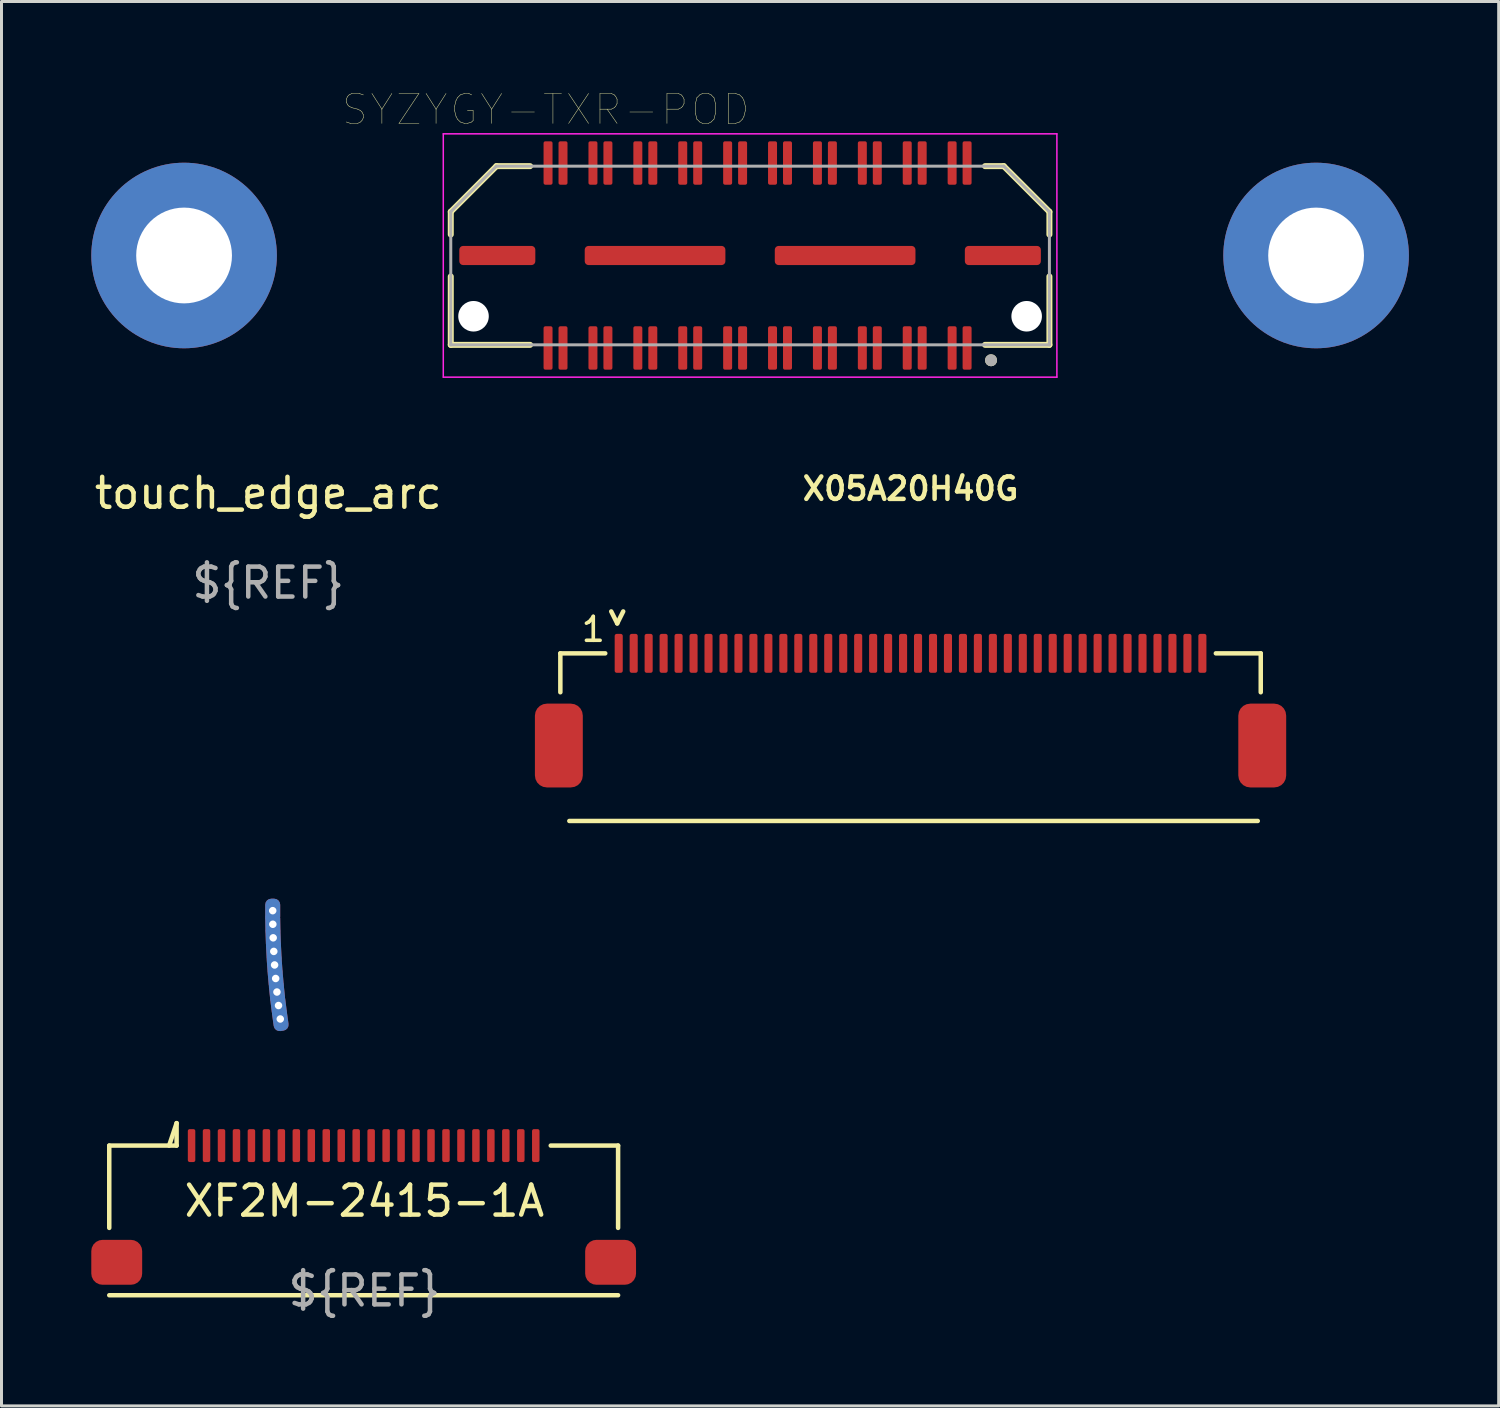
<source format=kicad_pcb>
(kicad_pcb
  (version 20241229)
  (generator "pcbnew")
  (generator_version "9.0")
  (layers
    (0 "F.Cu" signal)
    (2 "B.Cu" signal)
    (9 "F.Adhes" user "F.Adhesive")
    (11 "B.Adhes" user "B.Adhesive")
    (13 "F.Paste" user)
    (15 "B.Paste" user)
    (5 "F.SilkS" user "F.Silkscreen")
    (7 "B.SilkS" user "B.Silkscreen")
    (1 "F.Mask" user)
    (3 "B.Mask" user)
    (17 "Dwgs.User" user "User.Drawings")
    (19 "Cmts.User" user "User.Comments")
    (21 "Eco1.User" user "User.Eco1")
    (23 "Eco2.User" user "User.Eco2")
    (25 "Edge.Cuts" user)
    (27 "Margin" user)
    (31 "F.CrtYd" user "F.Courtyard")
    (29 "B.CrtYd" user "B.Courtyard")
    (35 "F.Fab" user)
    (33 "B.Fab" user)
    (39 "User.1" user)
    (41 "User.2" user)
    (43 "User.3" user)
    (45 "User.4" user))
  (footprint "XF2M-2415-1A"
    (layer "F.Cu")
    (at 9.125 37.573)
    (property "Reference" "XF2M-2415-1A" (at 0 -0.5 0) (unlocked yes) (layer "F.SilkS") (effects (font (size 1 1) (thickness 0.15))))
    (fp_line (start -8.525 -2.35) (end -6.275 -2.35) (stroke (width 0.15) (type solid)) (layer "F.SilkS"))
    (fp_line (start -8.525 0.4) (end -8.525 -2.35) (stroke (width 0.15) (type solid)) (layer "F.SilkS"))
    (fp_line (start -8.525 2.65) (end 8.475 2.65) (stroke (width 0.15) (type solid)) (layer "F.SilkS"))
    (fp_line (start -6.275 -3.1) (end -6.525 -2.35) (stroke (width 0.15) (type solid)) (layer "F.SilkS"))
    (fp_line (start -6.275 -2.35) (end -6.275 -3.1) (stroke (width 0.15) (type solid)) (layer "F.SilkS"))
    (fp_line (start 6.225 -2.35) (end 8.475 -2.35) (stroke (width 0.15) (type solid)) (layer "F.SilkS"))
    (fp_line (start 8.475 -2.35) (end 8.475 0.4) (stroke (width 0.15) (type solid)) (layer "F.SilkS"))
    (fp_text user "${REF}" (at 0 2.5 0) (unlocked yes) (layer "F.Fab") (effects (font (size 1 1) (thickness 0.15))))
    (pad "1" smd roundrect (at -5.775 -2.35) (size 0.25 1.1) (layers "F.Cu" "F.Mask" "F.Paste") (roundrect_rratio 0.25))
    (pad "2" smd roundrect (at -5.275 -2.35) (size 0.25 1.1) (layers "F.Cu" "F.Mask" "F.Paste") (roundrect_rratio 0.25))
    (pad "3" smd roundrect (at -4.775 -2.35) (size 0.25 1.1) (layers "F.Cu" "F.Mask" "F.Paste") (roundrect_rratio 0.25))
    (pad "4" smd roundrect (at -4.275 -2.35) (size 0.25 1.1) (layers "F.Cu" "F.Mask" "F.Paste") (roundrect_rratio 0.25))
    (pad "5" smd roundrect (at -3.775 -2.35) (size 0.25 1.1) (layers "F.Cu" "F.Mask" "F.Paste") (roundrect_rratio 0.25))
    (pad "6" smd roundrect (at -3.275 -2.35) (size 0.25 1.1) (layers "F.Cu" "F.Mask" "F.Paste") (roundrect_rratio 0.25))
    (pad "7" smd roundrect (at -2.775 -2.35) (size 0.25 1.1) (layers "F.Cu" "F.Mask" "F.Paste") (roundrect_rratio 0.25))
    (pad "8" smd roundrect (at -2.275 -2.35) (size 0.25 1.1) (layers "F.Cu" "F.Mask" "F.Paste") (roundrect_rratio 0.25))
    (pad "9" smd roundrect (at -1.775 -2.35) (size 0.25 1.1) (layers "F.Cu" "F.Mask" "F.Paste") (roundrect_rratio 0.25))
    (pad "10" smd roundrect (at -1.275 -2.35) (size 0.25 1.1) (layers "F.Cu" "F.Mask" "F.Paste") (roundrect_rratio 0.25))
    (pad "11" smd roundrect (at -0.775 -2.35) (size 0.25 1.1) (layers "F.Cu" "F.Mask" "F.Paste") (roundrect_rratio 0.25))
    (pad "12" smd roundrect (at -0.275 -2.35) (size 0.25 1.1) (layers "F.Cu" "F.Mask" "F.Paste") (roundrect_rratio 0.25))
    (pad "13" smd roundrect (at 0.225 -2.35) (size 0.25 1.1) (layers "F.Cu" "F.Mask" "F.Paste") (roundrect_rratio 0.25))
    (pad "14" smd roundrect (at 0.725 -2.35) (size 0.25 1.1) (layers "F.Cu" "F.Mask" "F.Paste") (roundrect_rratio 0.25))
    (pad "15" smd roundrect (at 1.225 -2.35) (size 0.25 1.1) (layers "F.Cu" "F.Mask" "F.Paste") (roundrect_rratio 0.25))
    (pad "16" smd roundrect (at 1.725 -2.35) (size 0.25 1.1) (layers "F.Cu" "F.Mask" "F.Paste") (roundrect_rratio 0.25))
    (pad "17" smd roundrect (at 2.225 -2.35) (size 0.25 1.1) (layers "F.Cu" "F.Mask" "F.Paste") (roundrect_rratio 0.25))
    (pad "18" smd roundrect (at 2.725 -2.35) (size 0.25 1.1) (layers "F.Cu" "F.Mask" "F.Paste") (roundrect_rratio 0.25))
    (pad "19" smd roundrect (at 3.225 -2.35) (size 0.25 1.1) (layers "F.Cu" "F.Mask" "F.Paste") (roundrect_rratio 0.25))
    (pad "20" smd roundrect (at 3.725 -2.35) (size 0.25 1.1) (layers "F.Cu" "F.Mask" "F.Paste") (roundrect_rratio 0.25))
    (pad "21" smd roundrect (at 4.225 -2.35) (size 0.25 1.1) (layers "F.Cu" "F.Mask" "F.Paste") (roundrect_rratio 0.25))
    (pad "22" smd roundrect (at 4.725 -2.35) (size 0.25 1.1) (layers "F.Cu" "F.Mask" "F.Paste") (roundrect_rratio 0.25))
    (pad "23" smd roundrect (at 5.225 -2.35) (size 0.25 1.1) (layers "F.Cu" "F.Mask" "F.Paste") (roundrect_rratio 0.25))
    (pad "24" smd roundrect (at 5.725 -2.35) (size 0.25 1.1) (layers "F.Cu" "F.Mask" "F.Paste") (roundrect_rratio 0.25))
    (pad "MP" smd roundrect (at -8.275 1.55) (size 1.7 1.5) (layers "F.Cu" "F.Mask" "F.Paste") (roundrect_rratio 0.25))
    (pad "MP" smd roundrect (at 8.225 1.55) (size 1.7 1.5) (layers "F.Cu" "F.Mask" "F.Paste") (roundrect_rratio 0.25)))
  (footprint "SYZYGY-TXR-POD"
    (layer "F.Cu")
    (at 22.01 5.486)
    (property "Reference" "SYZYGY-TXR-POD" (at -6.825 -4.875 0) (layer "F.SilkS") (effects (font (size 1 1) (thickness 0.015))))
    (attr through_hole)
    (fp_line (start -10 -1.461) (end -10 -0.7) (stroke (width 0.2) (type solid)) (layer "F.SilkS"))
    (fp_line (start -10 -1.461) (end -8.476 -2.985) (stroke (width 0.2) (type solid)) (layer "F.SilkS"))
    (fp_line (start -10 0.7) (end -10 2.985) (stroke (width 0.2) (type solid)) (layer "F.SilkS"))
    (fp_line (start -10 2.985) (end -7.35 2.985) (stroke (width 0.2) (type solid)) (layer "F.SilkS"))
    (fp_line (start -8.476 -2.985) (end -7.35 -2.985) (stroke (width 0.2) (type solid)) (layer "F.SilkS"))
    (fp_line (start 8.476 -2.985) (end 7.85 -2.985) (stroke (width 0.2) (type solid)) (layer "F.SilkS"))
    (fp_line (start 8.476 -2.985) (end 10 -1.461) (stroke (width 0.2) (type solid)) (layer "F.SilkS"))
    (fp_line (start 10 -1.461) (end 10 -0.7) (stroke (width 0.2) (type solid)) (layer "F.SilkS"))
    (fp_line (start 10 0.7) (end 10 2.985) (stroke (width 0.2) (type solid)) (layer "F.SilkS"))
    (fp_line (start 10 2.985) (end 7.85 2.985) (stroke (width 0.2) (type solid)) (layer "F.SilkS"))
    (fp_circle (center 8.05 3.5) (end 7.95 3.5) (stroke (width 0.2) (type solid)) (fill no) (layer "F.SilkS"))
    (fp_line (start -10.25 -4.065) (end 10.25 -4.065) (stroke (width 0.05) (type solid)) (layer "F.CrtYd"))
    (fp_line (start -10.25 4.065) (end -10.25 -4.065) (stroke (width 0.05) (type solid)) (layer "F.CrtYd"))
    (fp_line (start 10.25 -4.065) (end 10.25 4.065) (stroke (width 0.05) (type solid)) (layer "F.CrtYd"))
    (fp_line (start 10.25 4.065) (end -10.25 4.065) (stroke (width 0.05) (type solid)) (layer "F.CrtYd"))
    (fp_line (start -10 -1.461) (end -8.476 -2.985) (stroke (width 0.1) (type solid)) (layer "F.Fab"))
    (fp_line (start -10 2.985) (end -10 -1.461) (stroke (width 0.1) (type solid)) (layer "F.Fab"))
    (fp_line (start -8.476 -2.985) (end 8.476 -2.985) (stroke (width 0.1) (type solid)) (layer "F.Fab"))
    (fp_line (start 8.476 -2.985) (end 10 -1.461) (stroke (width 0.1) (type solid)) (layer "F.Fab"))
    (fp_line (start 10 -1.461) (end 10 2.985) (stroke (width 0.1) (type solid)) (layer "F.Fab"))
    (fp_line (start 10 2.985) (end -10 2.985) (stroke (width 0.1) (type solid)) (layer "F.Fab"))
    (fp_circle (center 8.05 3.5) (end 7.95 3.5) (stroke (width 0.2) (type solid)) (fill no) (layer "F.Fab"))
    (pad "" thru_hole circle (at -18.91 0) (size 6.2 6.2) (drill 3.2) (layers "*.Cu" "*.Mask"))
    (pad "" np_thru_hole circle (at -9.24 2.03 180) (size 1.02 1.02) (drill 1.02) (layers "*.Cu" "*.Mask"))
    (pad "" np_thru_hole circle (at 9.24 2.03 180) (size 1.02 1.02) (drill 1.02) (layers "*.Cu" "*.Mask"))
    (pad "" thru_hole circle (at 18.91 0) (size 6.2 6.2) (drill 3.2) (layers "*.Cu" "*.Mask"))
    (pad "1" smd roundrect (at 7.25 3.09 180) (size 0.3 1.45) (layers "F.Cu" "F.Mask" "F.Paste") (roundrect_rratio 0.2))
    (pad "2" smd roundrect (at 7.25 -3.09 180) (size 0.3 1.45) (layers "F.Cu" "F.Mask" "F.Paste") (roundrect_rratio 0.2))
    (pad "3" smd roundrect (at 6.75 3.09 180) (size 0.3 1.45) (layers "F.Cu" "F.Mask" "F.Paste") (roundrect_rratio 0.2))
    (pad "4" smd roundrect (at 6.75 -3.09 180) (size 0.3 1.45) (layers "F.Cu" "F.Mask" "F.Paste") (roundrect_rratio 0.2))
    (pad "5" smd roundrect (at 5.75 3.09 180) (size 0.3 1.45) (layers "F.Cu" "F.Mask" "F.Paste") (roundrect_rratio 0.2))
    (pad "6" smd roundrect (at 5.75 -3.09 180) (size 0.3 1.45) (layers "F.Cu" "F.Mask" "F.Paste") (roundrect_rratio 0.2))
    (pad "7" smd roundrect (at 5.25 3.09 180) (size 0.3 1.45) (layers "F.Cu" "F.Mask" "F.Paste") (roundrect_rratio 0.2))
    (pad "8" smd roundrect (at 5.25 -3.09 180) (size 0.3 1.45) (layers "F.Cu" "F.Mask" "F.Paste") (roundrect_rratio 0.2))
    (pad "9" smd roundrect (at 4.25 3.09 180) (size 0.3 1.45) (layers "F.Cu" "F.Mask" "F.Paste") (roundrect_rratio 0.2))
    (pad "10" smd roundrect (at 4.25 -3.09 180) (size 0.3 1.45) (layers "F.Cu" "F.Mask" "F.Paste") (roundrect_rratio 0.2))
    (pad "11" smd roundrect (at 3.75 3.09 180) (size 0.3 1.45) (layers "F.Cu" "F.Mask" "F.Paste") (roundrect_rratio 0.2))
    (pad "12" smd roundrect (at 3.75 -3.09 180) (size 0.3 1.45) (layers "F.Cu" "F.Mask" "F.Paste") (roundrect_rratio 0.2))
    (pad "13" smd roundrect (at 2.75 3.09 180) (size 0.3 1.45) (layers "F.Cu" "F.Mask" "F.Paste") (roundrect_rratio 0.2))
    (pad "14" smd roundrect (at 2.75 -3.09 180) (size 0.3 1.45) (layers "F.Cu" "F.Mask" "F.Paste") (roundrect_rratio 0.2))
    (pad "15" smd roundrect (at 2.25 3.09 180) (size 0.3 1.45) (layers "F.Cu" "F.Mask" "F.Paste") (roundrect_rratio 0.2))
    (pad "16" smd roundrect (at 2.25 -3.09 180) (size 0.3 1.45) (layers "F.Cu" "F.Mask" "F.Paste") (roundrect_rratio 0.2))
    (pad "17" smd roundrect (at 1.25 3.09 180) (size 0.3 1.45) (layers "F.Cu" "F.Mask" "F.Paste") (roundrect_rratio 0.2))
    (pad "18" smd roundrect (at 1.25 -3.09 180) (size 0.3 1.45) (layers "F.Cu" "F.Mask" "F.Paste") (roundrect_rratio 0.2))
    (pad "19" smd roundrect (at 0.75 3.09 180) (size 0.3 1.45) (layers "F.Cu" "F.Mask" "F.Paste") (roundrect_rratio 0.2))
    (pad "20" smd roundrect (at 0.75 -3.09 180) (size 0.3 1.45) (layers "F.Cu" "F.Mask" "F.Paste") (roundrect_rratio 0.2))
    (pad "21" smd roundrect (at -0.25 3.09 180) (size 0.3 1.45) (layers "F.Cu" "F.Mask" "F.Paste") (roundrect_rratio 0.2))
    (pad "22" smd roundrect (at -0.25 -3.09 180) (size 0.3 1.45) (layers "F.Cu" "F.Mask" "F.Paste") (roundrect_rratio 0.2))
    (pad "23" smd roundrect (at -0.75 3.09 180) (size 0.3 1.45) (layers "F.Cu" "F.Mask" "F.Paste") (roundrect_rratio 0.2))
    (pad "24" smd roundrect (at -0.75 -3.09 180) (size 0.3 1.45) (layers "F.Cu" "F.Mask" "F.Paste") (roundrect_rratio 0.2))
    (pad "25" smd roundrect (at -1.75 3.09 180) (size 0.3 1.45) (layers "F.Cu" "F.Mask" "F.Paste") (roundrect_rratio 0.2))
    (pad "26" smd roundrect (at -1.75 -3.09 180) (size 0.3 1.45) (layers "F.Cu" "F.Mask" "F.Paste") (roundrect_rratio 0.2))
    (pad "27" smd roundrect (at -2.25 3.09 180) (size 0.3 1.45) (layers "F.Cu" "F.Mask" "F.Paste") (roundrect_rratio 0.2))
    (pad "28" smd roundrect (at -2.25 -3.09 180) (size 0.3 1.45) (layers "F.Cu" "F.Mask" "F.Paste") (roundrect_rratio 0.2))
    (pad "29" smd roundrect (at -3.25 3.09 180) (size 0.3 1.45) (layers "F.Cu" "F.Mask" "F.Paste") (roundrect_rratio 0.2))
    (pad "30" smd roundrect (at -3.25 -3.09 180) (size 0.3 1.45) (layers "F.Cu" "F.Mask" "F.Paste") (roundrect_rratio 0.2))
    (pad "31" smd roundrect (at -3.75 3.09 180) (size 0.3 1.45) (layers "F.Cu" "F.Mask" "F.Paste") (roundrect_rratio 0.2))
    (pad "32" smd roundrect (at -3.75 -3.09 180) (size 0.3 1.45) (layers "F.Cu" "F.Mask" "F.Paste") (roundrect_rratio 0.2))
    (pad "33" smd roundrect (at -4.75 3.09 180) (size 0.3 1.45) (layers "F.Cu" "F.Mask" "F.Paste") (roundrect_rratio 0.2))
    (pad "34" smd roundrect (at -4.75 -3.09 180) (size 0.3 1.45) (layers "F.Cu" "F.Mask" "F.Paste") (roundrect_rratio 0.2))
    (pad "35" smd roundrect (at -5.25 3.09 180) (size 0.3 1.45) (layers "F.Cu" "F.Mask" "F.Paste") (roundrect_rratio 0.2))
    (pad "36" smd roundrect (at -5.25 -3.09 180) (size 0.3 1.45) (layers "F.Cu" "F.Mask" "F.Paste") (roundrect_rratio 0.2))
    (pad "37" smd roundrect (at -6.25 3.09 180) (size 0.3 1.45) (layers "F.Cu" "F.Mask" "F.Paste") (roundrect_rratio 0.2))
    (pad "38" smd roundrect (at -6.25 -3.09 180) (size 0.3 1.45) (layers "F.Cu" "F.Mask" "F.Paste") (roundrect_rratio 0.2))
    (pad "39" smd roundrect (at -6.75 3.09 180) (size 0.3 1.45) (layers "F.Cu" "F.Mask" "F.Paste") (roundrect_rratio 0.2))
    (pad "40" smd roundrect (at -6.75 -3.09 180) (size 0.3 1.45) (layers "F.Cu" "F.Mask" "F.Paste") (roundrect_rratio 0.2))
    (pad "41" smd roundrect (at -8.445 0 180) (size 2.54 0.64) (layers "F.Cu" "F.Mask" "F.Paste") (roundrect_rratio 0.2))
    (pad "41" smd roundrect (at -3.175 0 180) (size 4.7 0.64) (layers "F.Cu" "F.Mask" "F.Paste") (roundrect_rratio 0.2))
    (pad "41" smd roundrect (at 3.175 0 180) (size 4.7 0.64) (layers "F.Cu" "F.Mask" "F.Paste") (roundrect_rratio 0.2))
    (pad "41" smd roundrect (at 8.445 0 180) (size 2.54 0.64) (layers "F.Cu" "F.Mask" "F.Paste") (roundrect_rratio 0.2)))
  (footprint "X05A20H40G"
    (layer "F.Cu")
    (at 27.371 18.778)
    (property "Reference" "X05A20H40G" (at 0 -5.5 0) (layer "F.SilkS") (effects (font (size 0.75 0.75) (thickness 0.15))))
    (attr through_hole)
    (fp_line (start -11.7 0) (end -11.7 1.3) (stroke (width 0.15) (type solid)) (layer "F.SilkS"))
    (fp_line (start -10.2 0) (end -11.7 0) (stroke (width 0.15) (type solid)) (layer "F.SilkS"))
    (fp_line (start -9.8 -1) (end -10 -1.4) (stroke (width 0.15) (type solid)) (layer "F.SilkS"))
    (fp_line (start -9.6 -1.4) (end -9.8 -1) (stroke (width 0.15) (type solid)) (layer "F.SilkS"))
    (fp_line (start 10.2 0) (end 11.7 0) (stroke (width 0.15) (type solid)) (layer "F.SilkS"))
    (fp_line (start 11.6 5.6) (end -11.4 5.6) (stroke (width 0.15) (type solid)) (layer "F.SilkS"))
    (fp_line (start 11.7 0) (end 11.7 1.3) (stroke (width 0.15) (type solid)) (layer "F.SilkS"))
    (fp_text user "1" (at -10.6 -0.8 0) (unlocked yes) (layer "F.SilkS") (effects (font (size 0.8 0.8) (thickness 0.12))))
    (pad "1" smd roundrect (at -9.75 0) (size 0.27 1.3) (layers "F.Cu" "F.Mask" "F.Paste") (roundrect_rratio 0.25))
    (pad "2" smd roundrect (at -9.25 0) (size 0.27 1.3) (layers "F.Cu" "F.Mask" "F.Paste") (roundrect_rratio 0.25))
    (pad "3" smd roundrect (at -8.75 0) (size 0.27 1.3) (layers "F.Cu" "F.Mask" "F.Paste") (roundrect_rratio 0.25))
    (pad "4" smd roundrect (at -8.25 0) (size 0.27 1.3) (layers "F.Cu" "F.Mask" "F.Paste") (roundrect_rratio 0.25))
    (pad "5" smd roundrect (at -7.75 0) (size 0.27 1.3) (layers "F.Cu" "F.Mask" "F.Paste") (roundrect_rratio 0.25))
    (pad "6" smd roundrect (at -7.25 0) (size 0.27 1.3) (layers "F.Cu" "F.Mask" "F.Paste") (roundrect_rratio 0.25))
    (pad "7" smd roundrect (at -6.75 0) (size 0.27 1.3) (layers "F.Cu" "F.Mask" "F.Paste") (roundrect_rratio 0.25))
    (pad "8" smd roundrect (at -6.25 0) (size 0.27 1.3) (layers "F.Cu" "F.Mask" "F.Paste") (roundrect_rratio 0.25))
    (pad "9" smd roundrect (at -5.75 0) (size 0.27 1.3) (layers "F.Cu" "F.Mask" "F.Paste") (roundrect_rratio 0.25))
    (pad "10" smd roundrect (at -5.25 0) (size 0.27 1.3) (layers "F.Cu" "F.Mask" "F.Paste") (roundrect_rratio 0.25))
    (pad "11" smd roundrect (at -4.75 0) (size 0.27 1.3) (layers "F.Cu" "F.Mask" "F.Paste") (roundrect_rratio 0.25))
    (pad "12" smd roundrect (at -4.25 0) (size 0.27 1.3) (layers "F.Cu" "F.Mask" "F.Paste") (roundrect_rratio 0.25))
    (pad "13" smd roundrect (at -3.75 0) (size 0.27 1.3) (layers "F.Cu" "F.Mask" "F.Paste") (roundrect_rratio 0.25))
    (pad "14" smd roundrect (at -3.25 0) (size 0.27 1.3) (layers "F.Cu" "F.Mask" "F.Paste") (roundrect_rratio 0.25))
    (pad "15" smd roundrect (at -2.75 0) (size 0.27 1.3) (layers "F.Cu" "F.Mask" "F.Paste") (roundrect_rratio 0.25))
    (pad "16" smd roundrect (at -2.25 0) (size 0.27 1.3) (layers "F.Cu" "F.Mask" "F.Paste") (roundrect_rratio 0.25))
    (pad "17" smd roundrect (at -1.75 0) (size 0.27 1.3) (layers "F.Cu" "F.Mask" "F.Paste") (roundrect_rratio 0.25))
    (pad "18" smd roundrect (at -1.25 0) (size 0.27 1.3) (layers "F.Cu" "F.Mask" "F.Paste") (roundrect_rratio 0.25))
    (pad "19" smd roundrect (at -0.75 0) (size 0.27 1.3) (layers "F.Cu" "F.Mask" "F.Paste") (roundrect_rratio 0.25))
    (pad "20" smd roundrect (at -0.25 0) (size 0.27 1.3) (layers "F.Cu" "F.Mask" "F.Paste") (roundrect_rratio 0.25))
    (pad "21" smd roundrect (at 0.25 0) (size 0.27 1.3) (layers "F.Cu" "F.Mask" "F.Paste") (roundrect_rratio 0.25))
    (pad "22" smd roundrect (at 0.75 0) (size 0.27 1.3) (layers "F.Cu" "F.Mask" "F.Paste") (roundrect_rratio 0.25))
    (pad "23" smd roundrect (at 1.25 0) (size 0.27 1.3) (layers "F.Cu" "F.Mask" "F.Paste") (roundrect_rratio 0.25))
    (pad "24" smd roundrect (at 1.75 0) (size 0.27 1.3) (layers "F.Cu" "F.Mask" "F.Paste") (roundrect_rratio 0.25))
    (pad "25" smd roundrect (at 2.25 0) (size 0.27 1.3) (layers "F.Cu" "F.Mask" "F.Paste") (roundrect_rratio 0.25))
    (pad "26" smd roundrect (at 2.75 0) (size 0.27 1.3) (layers "F.Cu" "F.Mask" "F.Paste") (roundrect_rratio 0.25))
    (pad "27" smd roundrect (at 3.25 0) (size 0.27 1.3) (layers "F.Cu" "F.Mask" "F.Paste") (roundrect_rratio 0.25))
    (pad "28" smd roundrect (at 3.75 0) (size 0.27 1.3) (layers "F.Cu" "F.Mask" "F.Paste") (roundrect_rratio 0.25))
    (pad "29" smd roundrect (at 4.25 0) (size 0.27 1.3) (layers "F.Cu" "F.Mask" "F.Paste") (roundrect_rratio 0.25))
    (pad "30" smd roundrect (at 4.75 0) (size 0.27 1.3) (layers "F.Cu" "F.Mask" "F.Paste") (roundrect_rratio 0.25))
    (pad "31" smd roundrect (at 5.25 0) (size 0.27 1.3) (layers "F.Cu" "F.Mask" "F.Paste") (roundrect_rratio 0.25))
    (pad "32" smd roundrect (at 5.75 0) (size 0.27 1.3) (layers "F.Cu" "F.Mask" "F.Paste") (roundrect_rratio 0.25))
    (pad "33" smd roundrect (at 6.25 0) (size 0.27 1.3) (layers "F.Cu" "F.Mask" "F.Paste") (roundrect_rratio 0.25))
    (pad "34" smd roundrect (at 6.75 0) (size 0.27 1.3) (layers "F.Cu" "F.Mask" "F.Paste") (roundrect_rratio 0.25))
    (pad "35" smd roundrect (at 7.25 0) (size 0.27 1.3) (layers "F.Cu" "F.Mask" "F.Paste") (roundrect_rratio 0.25))
    (pad "36" smd roundrect (at 7.75 0) (size 0.27 1.3) (layers "F.Cu" "F.Mask" "F.Paste") (roundrect_rratio 0.25))
    (pad "37" smd roundrect (at 8.25 0) (size 0.27 1.3) (layers "F.Cu" "F.Mask" "F.Paste") (roundrect_rratio 0.25))
    (pad "38" smd roundrect (at 8.75 0) (size 0.27 1.3) (layers "F.Cu" "F.Mask" "F.Paste") (roundrect_rratio 0.25))
    (pad "39" smd roundrect (at 9.25 0) (size 0.27 1.3) (layers "F.Cu" "F.Mask" "F.Paste") (roundrect_rratio 0.25))
    (pad "40" smd roundrect (at 9.75 0) (size 0.27 1.3) (layers "F.Cu" "F.Mask" "F.Paste") (roundrect_rratio 0.25))
    (pad "MP" smd roundrect (at -11.75 3.08) (size 1.6 2.8) (layers "F.Cu" "F.Mask" "F.Paste") (roundrect_rratio 0.25))
    (pad "MP" smd roundrect (at 11.75 3.08) (size 1.6 2.8) (layers "F.Cu" "F.Mask" "F.Paste") (roundrect_rratio 0.25)))
  (footprint "touch_edge_arc"
    (layer "F.Cu")
    (at 6.061 27.375)
    (property "Reference" "touch_edge_arc" (at -0.15 -13.95 0) (unlocked yes) (layer "F.SilkS") (effects (font (size 1 1) (thickness 0.15))))
    (fp_text user "${REF}" (at -0.15 -10.95 0) (unlocked yes) (layer "F.Fab") (effects (font (size 1 1) (thickness 0.15))))
    (pad "1" thru_hole roundrect (at 0 0) (size 0.5 0.8) (drill 0.25) (layers "*.Cu") (roundrect_rratio 0.4))
    (pad "1" thru_hole roundrect (at 0.004 0.454 1) (size 0.5 0.8) (drill 0.25) (layers "*.Cu") (roundrect_rratio 0.4))
    (pad "1" thru_hole roundrect (at 0.016 0.907 2) (size 0.5 0.8) (drill 0.25) (layers "*.Cu") (roundrect_rratio 0.4))
    (pad "1" thru_hole roundrect (at 0.036 1.361 3) (size 0.5 0.8) (drill 0.25) (layers "*.Cu") (roundrect_rratio 0.4))
    (pad "1" thru_hole roundrect (at 0.063 1.814 4) (size 0.5 0.8) (drill 0.25) (layers "*.Cu") (roundrect_rratio 0.4))
    (pad "1" thru_hole roundrect (at 0.099 2.266 5) (size 0.5 0.8) (drill 0.25) (layers "*.Cu") (roundrect_rratio 0.4))
    (pad "1" thru_hole roundrect (at 0.142 2.718 6) (size 0.5 0.8) (drill 0.25) (layers "*.Cu") (roundrect_rratio 0.4))
    (pad "1" thru_hole roundrect (at 0.194 3.169 7) (size 0.5 0.8) (drill 0.25) (layers "*.Cu") (roundrect_rratio 0.4))
    (pad "1" thru_hole roundrect (at 0.253 3.619 8) (size 0.5 0.8) (drill 0.25) (layers "*.Cu") (roundrect_rratio 0.4)))
  (gr_rect
    (start -3 -3)
    (end 47.02 43.921)
    (stroke (width 0.1) (type default))
    (fill no)
    (layer "Edge.Cuts")))
</source>
